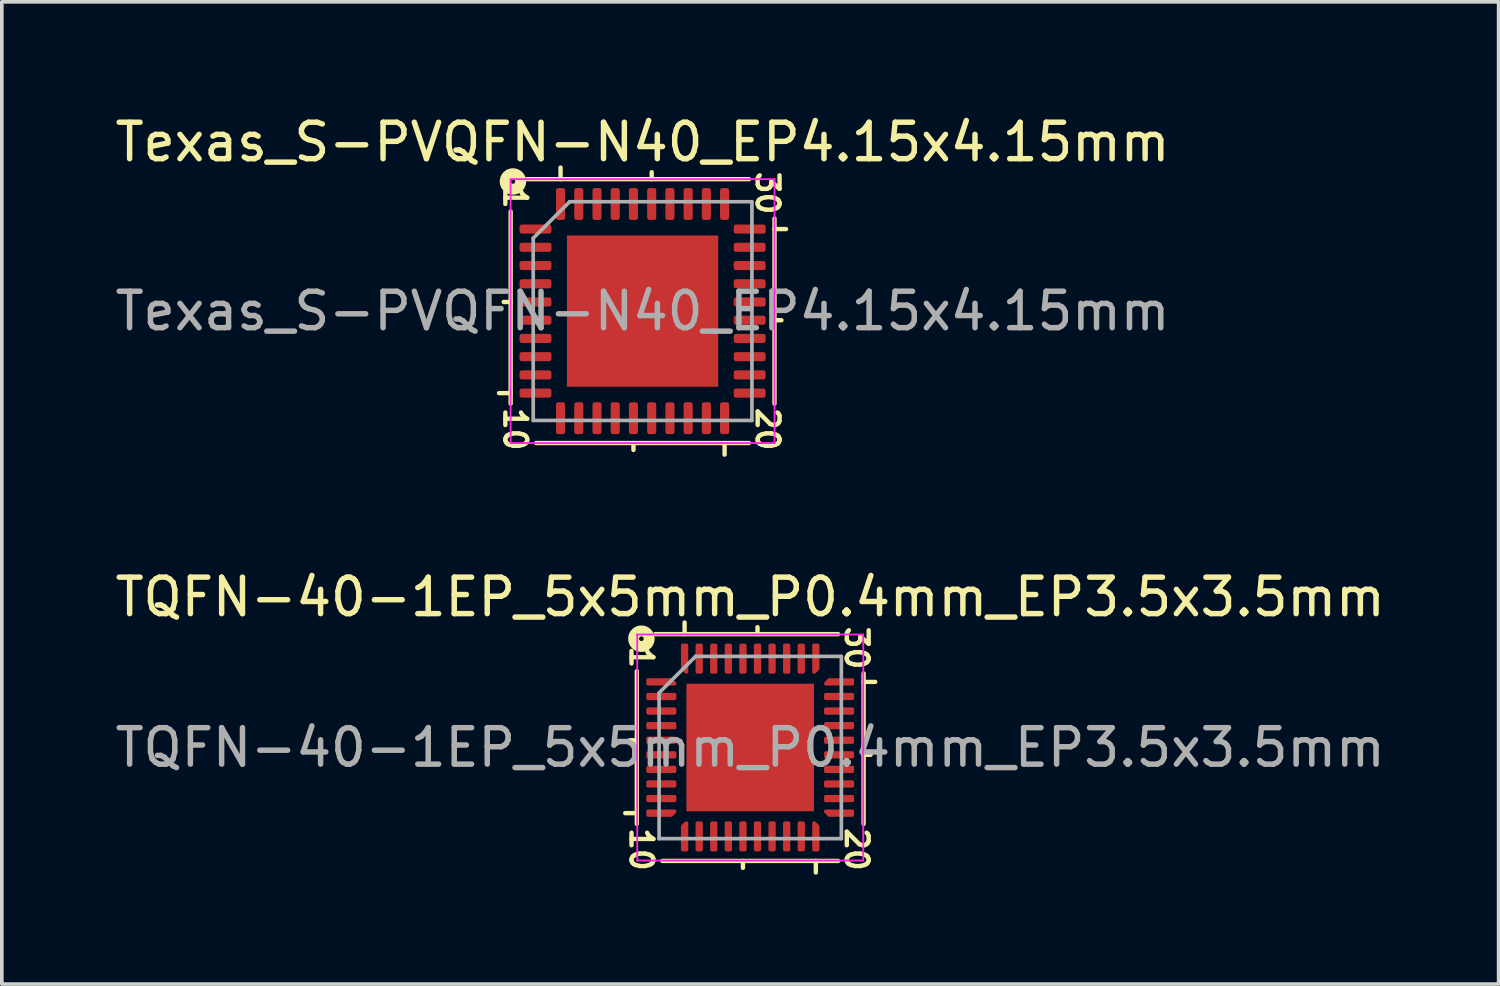
<source format=kicad_pcb>
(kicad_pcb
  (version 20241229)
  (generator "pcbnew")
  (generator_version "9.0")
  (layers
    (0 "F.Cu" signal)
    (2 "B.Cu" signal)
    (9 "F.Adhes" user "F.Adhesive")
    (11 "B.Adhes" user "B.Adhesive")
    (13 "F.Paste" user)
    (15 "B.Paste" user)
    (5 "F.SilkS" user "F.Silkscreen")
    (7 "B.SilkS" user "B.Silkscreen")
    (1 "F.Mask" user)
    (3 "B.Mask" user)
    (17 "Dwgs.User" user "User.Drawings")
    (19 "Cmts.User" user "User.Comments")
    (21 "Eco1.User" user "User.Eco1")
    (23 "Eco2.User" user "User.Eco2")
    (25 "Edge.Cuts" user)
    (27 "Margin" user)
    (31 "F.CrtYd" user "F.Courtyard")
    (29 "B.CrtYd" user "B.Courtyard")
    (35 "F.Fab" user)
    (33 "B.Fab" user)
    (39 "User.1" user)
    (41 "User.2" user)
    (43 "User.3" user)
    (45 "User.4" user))
  (footprint "Texas_S-PVQFN-N40_EP4.15x4.15mm"
    (layer "F.Cu")
    (at 14.577 5.484)
    (property "Reference" "Texas_S-PVQFN-N40_EP4.15x4.15mm" (at 0 -4.636 0) (layer "F.SilkS") (effects (font (size 1 1) (thickness 0.15))))
    (attr smd)
    (fp_line (start -3.619 -2.731) (end -3.619 2.54) (stroke (width 0.12) (type solid)) (layer "F.SilkS"))
    (fp_line (start -3.619 -0.25) (end -3.81 -0.25) (stroke (width 0.12) (type solid)) (layer "F.SilkS"))
    (fp_line (start -3.619 2.25) (end -3.937 2.25) (stroke (width 0.12) (type solid)) (layer "F.SilkS"))
    (fp_line (start -2.921 3.619) (end 2.921 3.619) (stroke (width 0.12) (type solid)) (layer "F.SilkS"))
    (fp_line (start -2.25 -3.619) (end -2.25 -3.937) (stroke (width 0.12) (type solid)) (layer "F.SilkS"))
    (fp_line (start -0.25 3.619) (end -0.25 3.81) (stroke (width 0.12) (type solid)) (layer "F.SilkS"))
    (fp_line (start 0.25 -3.619) (end 0.25 -3.81) (stroke (width 0.12) (type solid)) (layer "F.SilkS"))
    (fp_line (start 2.25 3.619) (end 2.25 3.937) (stroke (width 0.12) (type solid)) (layer "F.SilkS"))
    (fp_line (start 2.921 -3.619) (end -3.175 -3.619) (stroke (width 0.12) (type solid)) (layer "F.SilkS"))
    (fp_line (start 3.619 -2.25) (end 3.937 -2.25) (stroke (width 0.12) (type solid)) (layer "F.SilkS"))
    (fp_line (start 3.619 0.25) (end 3.81 0.25) (stroke (width 0.12) (type solid)) (layer "F.SilkS"))
    (fp_line (start 3.619 2.54) (end 3.619 -2.54) (stroke (width 0.12) (type solid)) (layer "F.SilkS"))
    (fp_circle (center -3.556 -3.556) (end -3.493 -3.556) (stroke (width 0.3) (type solid)) (fill no) (layer "F.SilkS"))
    (fp_line (start -3.62 -3.62) (end -3.62 3.62) (stroke (width 0.05) (type solid)) (layer "F.CrtYd"))
    (fp_line (start -3.62 3.62) (end 3.62 3.62) (stroke (width 0.05) (type solid)) (layer "F.CrtYd"))
    (fp_line (start 3.62 -3.62) (end -3.62 -3.62) (stroke (width 0.05) (type solid)) (layer "F.CrtYd"))
    (fp_line (start 3.62 3.62) (end 3.62 -3.62) (stroke (width 0.05) (type solid)) (layer "F.CrtYd"))
    (fp_line (start -3 -2) (end -2 -3) (stroke (width 0.1) (type solid)) (layer "F.Fab"))
    (fp_line (start -3 3) (end -3 -2) (stroke (width 0.1) (type solid)) (layer "F.Fab"))
    (fp_line (start -2 -3) (end 3 -3) (stroke (width 0.1) (type solid)) (layer "F.Fab"))
    (fp_line (start 3 -3) (end 3 3) (stroke (width 0.1) (type solid)) (layer "F.Fab"))
    (fp_line (start 3 3) (end -3 3) (stroke (width 0.1) (type solid)) (layer "F.Fab"))
    (fp_text user "20" (at 3.429 3.239 270) (unlocked yes) (layer "F.SilkS") (effects (font (size 0.6 0.6) (thickness 0.12))))
    (fp_text user "1" (at -3.493 -3.111 270) (unlocked yes) (layer "F.SilkS") (effects (font (size 0.6 0.6) (thickness 0.12))))
    (fp_text user "10" (at -3.493 3.239 270) (unlocked yes) (layer "F.SilkS") (effects (font (size 0.6 0.6) (thickness 0.12))))
    (fp_text user "30" (at 3.429 -3.239 270) (unlocked yes) (layer "F.SilkS") (effects (font (size 0.6 0.6) (thickness 0.12))))
    (fp_text user "${REFERENCE}" (at 0 0 0) (layer "F.Fab") (effects (font (size 1 1) (thickness 0.15))))
    (pad "" smd roundrect (at -1.38 -1.38) (size 1.12 1.12) (layers "F.Paste") (roundrect_rratio 0.223))
    (pad "" smd roundrect (at -1.38 0) (size 1.12 1.12) (layers "F.Paste") (roundrect_rratio 0.223))
    (pad "" smd roundrect (at -1.38 1.38) (size 1.12 1.12) (layers "F.Paste") (roundrect_rratio 0.223))
    (pad "" smd roundrect (at 0 -1.38) (size 1.12 1.12) (layers "F.Paste") (roundrect_rratio 0.223))
    (pad "" smd roundrect (at 0 0) (size 1.12 1.12) (layers "F.Paste") (roundrect_rratio 0.223))
    (pad "" smd roundrect (at 0 1.38) (size 1.12 1.12) (layers "F.Paste") (roundrect_rratio 0.223))
    (pad "" smd roundrect (at 1.38 -1.38) (size 1.12 1.12) (layers "F.Paste") (roundrect_rratio 0.223))
    (pad "" smd roundrect (at 1.38 0) (size 1.12 1.12) (layers "F.Paste") (roundrect_rratio 0.223))
    (pad "" smd roundrect (at 1.38 1.38) (size 1.12 1.12) (layers "F.Paste") (roundrect_rratio 0.223))
    (pad "1" smd roundrect (at -2.938 -2.25) (size 0.875 0.25) (layers "F.Cu" "F.Mask" "F.Paste") (roundrect_rratio 0.25))
    (pad "2" smd roundrect (at -2.938 -1.75) (size 0.875 0.25) (layers "F.Cu" "F.Mask" "F.Paste") (roundrect_rratio 0.25))
    (pad "3" smd roundrect (at -2.938 -1.25) (size 0.875 0.25) (layers "F.Cu" "F.Mask" "F.Paste") (roundrect_rratio 0.25))
    (pad "4" smd roundrect (at -2.938 -0.75) (size 0.875 0.25) (layers "F.Cu" "F.Mask" "F.Paste") (roundrect_rratio 0.25))
    (pad "5" smd roundrect (at -2.938 -0.25) (size 0.875 0.25) (layers "F.Cu" "F.Mask" "F.Paste") (roundrect_rratio 0.25))
    (pad "6" smd roundrect (at -2.938 0.25) (size 0.875 0.25) (layers "F.Cu" "F.Mask" "F.Paste") (roundrect_rratio 0.25))
    (pad "7" smd roundrect (at -2.938 0.75) (size 0.875 0.25) (layers "F.Cu" "F.Mask" "F.Paste") (roundrect_rratio 0.25))
    (pad "8" smd roundrect (at -2.938 1.25) (size 0.875 0.25) (layers "F.Cu" "F.Mask" "F.Paste") (roundrect_rratio 0.25))
    (pad "9" smd roundrect (at -2.938 1.75) (size 0.875 0.25) (layers "F.Cu" "F.Mask" "F.Paste") (roundrect_rratio 0.25))
    (pad "10" smd roundrect (at -2.938 2.25) (size 0.875 0.25) (layers "F.Cu" "F.Mask" "F.Paste") (roundrect_rratio 0.25))
    (pad "11" smd roundrect (at -2.25 2.938) (size 0.25 0.875) (layers "F.Cu" "F.Mask" "F.Paste") (roundrect_rratio 0.25))
    (pad "12" smd roundrect (at -1.75 2.938) (size 0.25 0.875) (layers "F.Cu" "F.Mask" "F.Paste") (roundrect_rratio 0.25))
    (pad "13" smd roundrect (at -1.25 2.938) (size 0.25 0.875) (layers "F.Cu" "F.Mask" "F.Paste") (roundrect_rratio 0.25))
    (pad "14" smd roundrect (at -0.75 2.938) (size 0.25 0.875) (layers "F.Cu" "F.Mask" "F.Paste") (roundrect_rratio 0.25))
    (pad "15" smd roundrect (at -0.25 2.938) (size 0.25 0.875) (layers "F.Cu" "F.Mask" "F.Paste") (roundrect_rratio 0.25))
    (pad "16" smd roundrect (at 0.25 2.938) (size 0.25 0.875) (layers "F.Cu" "F.Mask" "F.Paste") (roundrect_rratio 0.25))
    (pad "17" smd roundrect (at 0.75 2.938) (size 0.25 0.875) (layers "F.Cu" "F.Mask" "F.Paste") (roundrect_rratio 0.25))
    (pad "18" smd roundrect (at 1.25 2.938) (size 0.25 0.875) (layers "F.Cu" "F.Mask" "F.Paste") (roundrect_rratio 0.25))
    (pad "19" smd roundrect (at 1.75 2.938) (size 0.25 0.875) (layers "F.Cu" "F.Mask" "F.Paste") (roundrect_rratio 0.25))
    (pad "20" smd roundrect (at 2.25 2.938) (size 0.25 0.875) (layers "F.Cu" "F.Mask" "F.Paste") (roundrect_rratio 0.25))
    (pad "21" smd roundrect (at 2.938 2.25) (size 0.875 0.25) (layers "F.Cu" "F.Mask" "F.Paste") (roundrect_rratio 0.25))
    (pad "22" smd roundrect (at 2.938 1.75) (size 0.875 0.25) (layers "F.Cu" "F.Mask" "F.Paste") (roundrect_rratio 0.25))
    (pad "23" smd roundrect (at 2.938 1.25) (size 0.875 0.25) (layers "F.Cu" "F.Mask" "F.Paste") (roundrect_rratio 0.25))
    (pad "24" smd roundrect (at 2.938 0.75) (size 0.875 0.25) (layers "F.Cu" "F.Mask" "F.Paste") (roundrect_rratio 0.25))
    (pad "25" smd roundrect (at 2.938 0.25) (size 0.875 0.25) (layers "F.Cu" "F.Mask" "F.Paste") (roundrect_rratio 0.25))
    (pad "26" smd roundrect (at 2.938 -0.25) (size 0.875 0.25) (layers "F.Cu" "F.Mask" "F.Paste") (roundrect_rratio 0.25))
    (pad "27" smd roundrect (at 2.938 -0.75) (size 0.875 0.25) (layers "F.Cu" "F.Mask" "F.Paste") (roundrect_rratio 0.25))
    (pad "28" smd roundrect (at 2.938 -1.25) (size 0.875 0.25) (layers "F.Cu" "F.Mask" "F.Paste") (roundrect_rratio 0.25))
    (pad "29" smd roundrect (at 2.938 -1.75) (size 0.875 0.25) (layers "F.Cu" "F.Mask" "F.Paste") (roundrect_rratio 0.25))
    (pad "30" smd roundrect (at 2.938 -2.25) (size 0.875 0.25) (layers "F.Cu" "F.Mask" "F.Paste") (roundrect_rratio 0.25))
    (pad "31" smd roundrect (at 2.25 -2.938) (size 0.25 0.875) (layers "F.Cu" "F.Mask" "F.Paste") (roundrect_rratio 0.25))
    (pad "32" smd roundrect (at 1.75 -2.938) (size 0.25 0.875) (layers "F.Cu" "F.Mask" "F.Paste") (roundrect_rratio 0.25))
    (pad "33" smd roundrect (at 1.25 -2.938) (size 0.25 0.875) (layers "F.Cu" "F.Mask" "F.Paste") (roundrect_rratio 0.25))
    (pad "34" smd roundrect (at 0.75 -2.938) (size 0.25 0.875) (layers "F.Cu" "F.Mask" "F.Paste") (roundrect_rratio 0.25))
    (pad "35" smd roundrect (at 0.25 -2.938) (size 0.25 0.875) (layers "F.Cu" "F.Mask" "F.Paste") (roundrect_rratio 0.25))
    (pad "36" smd roundrect (at -0.25 -2.938) (size 0.25 0.875) (layers "F.Cu" "F.Mask" "F.Paste") (roundrect_rratio 0.25))
    (pad "37" smd roundrect (at -0.75 -2.938) (size 0.25 0.875) (layers "F.Cu" "F.Mask" "F.Paste") (roundrect_rratio 0.25))
    (pad "38" smd roundrect (at -1.25 -2.938) (size 0.25 0.875) (layers "F.Cu" "F.Mask" "F.Paste") (roundrect_rratio 0.25))
    (pad "39" smd roundrect (at -1.75 -2.938) (size 0.25 0.875) (layers "F.Cu" "F.Mask" "F.Paste") (roundrect_rratio 0.25))
    (pad "40" smd roundrect (at -2.25 -2.938) (size 0.25 0.875) (layers "F.Cu" "F.Mask" "F.Paste") (roundrect_rratio 0.25))
    (pad "41" smd rect (at 0 0) (size 4.15 4.15) (layers "F.Cu" "F.Mask")))
  (footprint "TQFN-40-1EP_5x5mm_P0.4mm_EP3.5x3.5mm"
    (layer "F.Cu")
    (at 17.53 17.456)
    (property "Reference" "TQFN-40-1EP_5x5mm_P0.4mm_EP3.5x3.5mm" (at 0 -4.128 0) (layer "F.SilkS") (effects (font (size 1 1) (thickness 0.15))))
    (attr smd)
    (fp_line (start -3.111 -2.095) (end -3.111 2.095) (stroke (width 0.12) (type solid)) (layer "F.SilkS"))
    (fp_line (start -3.111 -0.2) (end -3.302 -0.2) (stroke (width 0.12) (type solid)) (layer "F.SilkS"))
    (fp_line (start -3.111 1.8) (end -3.429 1.8) (stroke (width 0.12) (type solid)) (layer "F.SilkS"))
    (fp_line (start -2.413 3.111) (end 2.413 3.111) (stroke (width 0.12) (type solid)) (layer "F.SilkS"))
    (fp_line (start -1.8 -3.111) (end -1.8 -3.429) (stroke (width 0.12) (type solid)) (layer "F.SilkS"))
    (fp_line (start -0.2 3.111) (end -0.2 3.302) (stroke (width 0.12) (type solid)) (layer "F.SilkS"))
    (fp_line (start 0.2 -3.111) (end 0.2 -3.302) (stroke (width 0.12) (type solid)) (layer "F.SilkS"))
    (fp_line (start 1.8 3.111) (end 1.8 3.429) (stroke (width 0.12) (type solid)) (layer "F.SilkS"))
    (fp_line (start 2.413 -3.111) (end -2.603 -3.111) (stroke (width 0.12) (type solid)) (layer "F.SilkS"))
    (fp_line (start 3.111 -1.8) (end 3.429 -1.8) (stroke (width 0.12) (type solid)) (layer "F.SilkS"))
    (fp_line (start 3.111 0.2) (end 3.302 0.2) (stroke (width 0.12) (type solid)) (layer "F.SilkS"))
    (fp_line (start 3.111 2.095) (end 3.111 -2.032) (stroke (width 0.12) (type solid)) (layer "F.SilkS"))
    (fp_circle (center -2.985 -2.985) (end -2.921 -2.985) (stroke (width 0.3) (type solid)) (fill no) (layer "F.SilkS"))
    (fp_line (start -3.1 -3.1) (end -3.1 3.1) (stroke (width 0.05) (type solid)) (layer "F.CrtYd"))
    (fp_line (start -3.1 3.1) (end 3.1 3.1) (stroke (width 0.05) (type solid)) (layer "F.CrtYd"))
    (fp_line (start 3.1 -3.1) (end -3.1 -3.1) (stroke (width 0.05) (type solid)) (layer "F.CrtYd"))
    (fp_line (start 3.1 3.1) (end 3.1 -3.1) (stroke (width 0.05) (type solid)) (layer "F.CrtYd"))
    (fp_line (start -2.5 -1.5) (end -1.5 -2.5) (stroke (width 0.1) (type solid)) (layer "F.Fab"))
    (fp_line (start -2.5 2.5) (end -2.5 -1.5) (stroke (width 0.1) (type solid)) (layer "F.Fab"))
    (fp_line (start -1.5 -2.5) (end 2.5 -2.5) (stroke (width 0.1) (type solid)) (layer "F.Fab"))
    (fp_line (start 2.5 -2.5) (end 2.5 2.5) (stroke (width 0.1) (type solid)) (layer "F.Fab"))
    (fp_line (start 2.5 2.5) (end -2.5 2.5) (stroke (width 0.1) (type solid)) (layer "F.Fab"))
    (fp_text user "20" (at 2.921 2.794 270) (unlocked yes) (layer "F.SilkS") (effects (font (size 0.6 0.6) (thickness 0.12))))
    (fp_text user "30" (at 2.921 -2.731 270) (unlocked yes) (layer "F.SilkS") (effects (font (size 0.6 0.6) (thickness 0.12))))
    (fp_text user "1" (at -2.985 -2.477 270) (unlocked yes) (layer "F.SilkS") (effects (font (size 0.6 0.6) (thickness 0.12))))
    (fp_text user "10" (at -2.985 2.794 270) (unlocked yes) (layer "F.SilkS") (effects (font (size 0.6 0.6) (thickness 0.12))))
    (fp_text user "${REFERENCE}" (at 0 0 0) (layer "F.Fab") (effects (font (size 1 1) (thickness 0.15))))
    (pad "" smd roundrect (at -0.875 -0.875) (size 1.41 1.41) (layers "F.Paste") (roundrect_rratio 0.177))
    (pad "" smd roundrect (at -0.875 0.875) (size 1.41 1.41) (layers "F.Paste") (roundrect_rratio 0.177))
    (pad "" smd roundrect (at 0.875 -0.875) (size 1.41 1.41) (layers "F.Paste") (roundrect_rratio 0.177))
    (pad "" smd roundrect (at 0.875 0.875) (size 1.41 1.41) (layers "F.Paste") (roundrect_rratio 0.177))
    (pad "1" smd custom (at -2.438 -1.8) (size 0.115 0.115) (layers "F.Cu" "F.Mask" "F.Paste") (options (anchor circle)) (primitives (gr_poly (pts (xy 0.372 0.037) (xy 0.372 0.06) (xy -0.372 0.06) (xy -0.372 -0.06) (xy 0.276 -0.06)) (width 0.08) (fill yes))))
    (pad "2" smd roundrect (at -2.438 -1.4) (size 0.825 0.2) (layers "F.Cu" "F.Mask" "F.Paste") (roundrect_rratio 0.25))
    (pad "3" smd roundrect (at -2.438 -1) (size 0.825 0.2) (layers "F.Cu" "F.Mask" "F.Paste") (roundrect_rratio 0.25))
    (pad "4" smd roundrect (at -2.438 -0.6) (size 0.825 0.2) (layers "F.Cu" "F.Mask" "F.Paste") (roundrect_rratio 0.25))
    (pad "5" smd roundrect (at -2.438 -0.2) (size 0.825 0.2) (layers "F.Cu" "F.Mask" "F.Paste") (roundrect_rratio 0.25))
    (pad "6" smd roundrect (at -2.438 0.2) (size 0.825 0.2) (layers "F.Cu" "F.Mask" "F.Paste") (roundrect_rratio 0.25))
    (pad "7" smd roundrect (at -2.438 0.6) (size 0.825 0.2) (layers "F.Cu" "F.Mask" "F.Paste") (roundrect_rratio 0.25))
    (pad "8" smd roundrect (at -2.438 1) (size 0.825 0.2) (layers "F.Cu" "F.Mask" "F.Paste") (roundrect_rratio 0.25))
    (pad "9" smd roundrect (at -2.438 1.4) (size 0.825 0.2) (layers "F.Cu" "F.Mask" "F.Paste") (roundrect_rratio 0.25))
    (pad "10" smd custom (at -2.438 1.8) (size 0.115 0.115) (layers "F.Cu" "F.Mask" "F.Paste") (options (anchor circle)) (primitives (gr_poly (pts (xy 0.372 -0.037) (xy 0.276 0.06) (xy -0.372 0.06) (xy -0.372 -0.06) (xy 0.372 -0.06)) (width 0.08) (fill yes))))
    (pad "11" smd custom (at -1.8 2.438) (size 0.115 0.115) (layers "F.Cu" "F.Mask" "F.Paste") (options (anchor circle)) (primitives (gr_poly (pts (xy 0.06 0.372) (xy -0.06 0.372) (xy -0.06 -0.276) (xy 0.037 -0.372) (xy 0.06 -0.372)) (width 0.08) (fill yes))))
    (pad "12" smd roundrect (at -1.4 2.438) (size 0.2 0.825) (layers "F.Cu" "F.Mask" "F.Paste") (roundrect_rratio 0.25))
    (pad "13" smd roundrect (at -1 2.438) (size 0.2 0.825) (layers "F.Cu" "F.Mask" "F.Paste") (roundrect_rratio 0.25))
    (pad "14" smd roundrect (at -0.6 2.438) (size 0.2 0.825) (layers "F.Cu" "F.Mask" "F.Paste") (roundrect_rratio 0.25))
    (pad "15" smd roundrect (at -0.2 2.438) (size 0.2 0.825) (layers "F.Cu" "F.Mask" "F.Paste") (roundrect_rratio 0.25))
    (pad "16" smd roundrect (at 0.2 2.438) (size 0.2 0.825) (layers "F.Cu" "F.Mask" "F.Paste") (roundrect_rratio 0.25))
    (pad "17" smd roundrect (at 0.6 2.438) (size 0.2 0.825) (layers "F.Cu" "F.Mask" "F.Paste") (roundrect_rratio 0.25))
    (pad "18" smd roundrect (at 1 2.438) (size 0.2 0.825) (layers "F.Cu" "F.Mask" "F.Paste") (roundrect_rratio 0.25))
    (pad "19" smd roundrect (at 1.4 2.438) (size 0.2 0.825) (layers "F.Cu" "F.Mask" "F.Paste") (roundrect_rratio 0.25))
    (pad "20" smd custom (at 1.8 2.438) (size 0.115 0.115) (layers "F.Cu" "F.Mask" "F.Paste") (options (anchor circle)) (primitives (gr_poly (pts (xy 0.06 -0.276) (xy 0.06 0.372) (xy -0.06 0.372) (xy -0.06 -0.372) (xy -0.037 -0.372)) (width 0.08) (fill yes))))
    (pad "21" smd custom (at 2.438 1.8) (size 0.115 0.115) (layers "F.Cu" "F.Mask" "F.Paste") (options (anchor circle)) (primitives (gr_poly (pts (xy 0.372 0.06) (xy -0.276 0.06) (xy -0.372 -0.037) (xy -0.372 -0.06) (xy 0.372 -0.06)) (width 0.08) (fill yes))))
    (pad "22" smd roundrect (at 2.438 1.4) (size 0.825 0.2) (layers "F.Cu" "F.Mask" "F.Paste") (roundrect_rratio 0.25))
    (pad "23" smd roundrect (at 2.438 1) (size 0.825 0.2) (layers "F.Cu" "F.Mask" "F.Paste") (roundrect_rratio 0.25))
    (pad "24" smd roundrect (at 2.438 0.6) (size 0.825 0.2) (layers "F.Cu" "F.Mask" "F.Paste") (roundrect_rratio 0.25))
    (pad "25" smd roundrect (at 2.438 0.2) (size 0.825 0.2) (layers "F.Cu" "F.Mask" "F.Paste") (roundrect_rratio 0.25))
    (pad "26" smd roundrect (at 2.438 -0.2) (size 0.825 0.2) (layers "F.Cu" "F.Mask" "F.Paste") (roundrect_rratio 0.25))
    (pad "27" smd roundrect (at 2.438 -0.6) (size 0.825 0.2) (layers "F.Cu" "F.Mask" "F.Paste") (roundrect_rratio 0.25))
    (pad "28" smd roundrect (at 2.438 -1) (size 0.825 0.2) (layers "F.Cu" "F.Mask" "F.Paste") (roundrect_rratio 0.25))
    (pad "29" smd roundrect (at 2.438 -1.4) (size 0.825 0.2) (layers "F.Cu" "F.Mask" "F.Paste") (roundrect_rratio 0.25))
    (pad "30" smd custom (at 2.438 -1.8) (size 0.115 0.115) (layers "F.Cu" "F.Mask" "F.Paste") (options (anchor circle)) (primitives (gr_poly (pts (xy 0.372 0.06) (xy -0.372 0.06) (xy -0.372 0.037) (xy -0.276 -0.06) (xy 0.372 -0.06)) (width 0.08) (fill yes))))
    (pad "31" smd custom (at 1.8 -2.438) (size 0.115 0.115) (layers "F.Cu" "F.Mask" "F.Paste") (options (anchor circle)) (primitives (gr_poly (pts (xy 0.06 0.276) (xy -0.037 0.372) (xy -0.06 0.372) (xy -0.06 -0.372) (xy 0.06 -0.372)) (width 0.08) (fill yes))))
    (pad "32" smd roundrect (at 1.4 -2.438) (size 0.2 0.825) (layers "F.Cu" "F.Mask" "F.Paste") (roundrect_rratio 0.25))
    (pad "33" smd roundrect (at 1 -2.438) (size 0.2 0.825) (layers "F.Cu" "F.Mask" "F.Paste") (roundrect_rratio 0.25))
    (pad "34" smd roundrect (at 0.6 -2.438) (size 0.2 0.825) (layers "F.Cu" "F.Mask" "F.Paste") (roundrect_rratio 0.25))
    (pad "35" smd roundrect (at 0.2 -2.438) (size 0.2 0.825) (layers "F.Cu" "F.Mask" "F.Paste") (roundrect_rratio 0.25))
    (pad "36" smd roundrect (at -0.2 -2.438) (size 0.2 0.825) (layers "F.Cu" "F.Mask" "F.Paste") (roundrect_rratio 0.25))
    (pad "37" smd roundrect (at -0.6 -2.438) (size 0.2 0.825) (layers "F.Cu" "F.Mask" "F.Paste") (roundrect_rratio 0.25))
    (pad "38" smd roundrect (at -1 -2.438) (size 0.2 0.825) (layers "F.Cu" "F.Mask" "F.Paste") (roundrect_rratio 0.25))
    (pad "39" smd roundrect (at -1.4 -2.438) (size 0.2 0.825) (layers "F.Cu" "F.Mask" "F.Paste") (roundrect_rratio 0.25))
    (pad "40" smd custom (at -1.8 -2.438) (size 0.115 0.115) (layers "F.Cu" "F.Mask" "F.Paste") (options (anchor circle)) (primitives (gr_poly (pts (xy 0.06 0.372) (xy 0.037 0.372) (xy -0.06 0.276) (xy -0.06 -0.372) (xy 0.06 -0.372)) (width 0.08) (fill yes))))
    (pad "41" smd rect (at 0 0) (size 3.5 3.5) (layers "F.Cu" "F.Mask")))
  (gr_rect
    (start -3 -3)
    (end 38.06 23.945)
    (stroke (width 0.1) (type default))
    (fill no)
    (layer "Edge.Cuts")))
</source>
